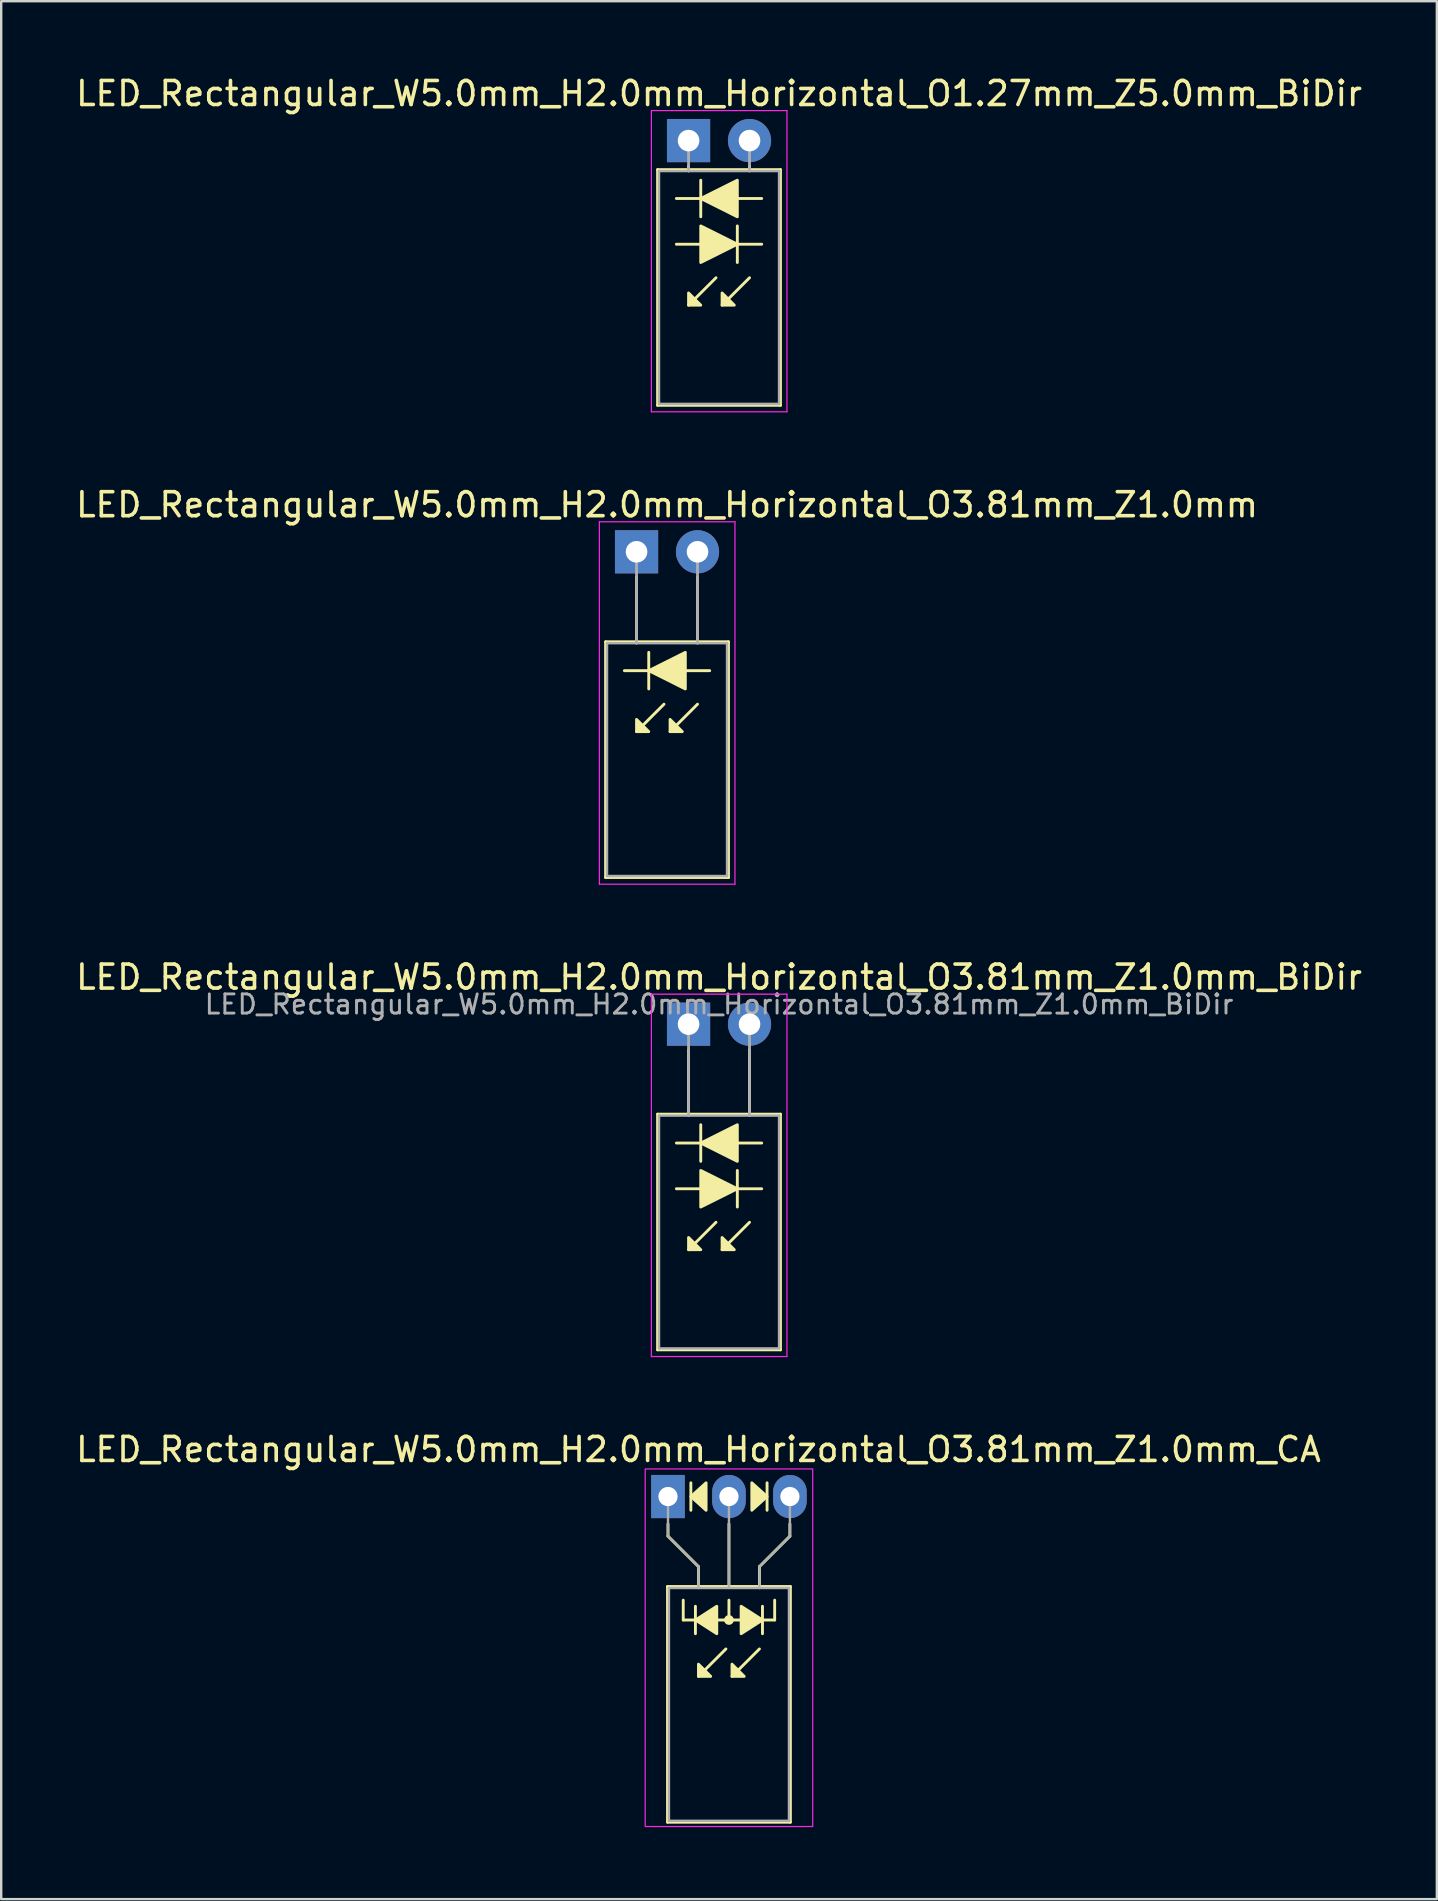
<source format=kicad_pcb>
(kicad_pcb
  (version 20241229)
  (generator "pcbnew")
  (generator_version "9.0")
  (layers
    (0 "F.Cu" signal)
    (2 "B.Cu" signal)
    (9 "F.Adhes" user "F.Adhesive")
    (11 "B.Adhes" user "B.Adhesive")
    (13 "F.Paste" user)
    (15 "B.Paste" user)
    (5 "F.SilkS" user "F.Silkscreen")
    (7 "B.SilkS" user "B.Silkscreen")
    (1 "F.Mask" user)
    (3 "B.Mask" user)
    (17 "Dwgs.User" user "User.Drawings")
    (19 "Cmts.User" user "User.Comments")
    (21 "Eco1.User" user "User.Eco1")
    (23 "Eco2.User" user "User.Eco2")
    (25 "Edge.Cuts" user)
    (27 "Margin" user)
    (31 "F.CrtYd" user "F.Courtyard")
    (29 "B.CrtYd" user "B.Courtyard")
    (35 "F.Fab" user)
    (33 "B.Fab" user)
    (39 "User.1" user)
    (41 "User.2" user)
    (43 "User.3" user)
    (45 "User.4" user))
  (footprint "LED_Rectangular_W5.0mm_H2.0mm_Horizontal_O3.81mm_Z1.0mm_BiDir"
    (layer "F.Cu")
    (at 25.641 39.625)
    (property "Reference" "LED_Rectangular_W5.0mm_H2.0mm_Horizontal_O3.81mm_Z1.0mm_BiDir" (at 1.27 -1.96 0) (layer "F.SilkS") (effects (font (size 1 1) (thickness 0.15))))
    (fp_line (start -1.29 3.75) (end -1.29 13.57) (stroke (width 0.12) (type solid)) (layer "F.SilkS"))
    (fp_line (start -1.29 13.57) (end 3.83 13.57) (stroke (width 0.12) (type solid)) (layer "F.SilkS"))
    (fp_line (start -0.508 6.858) (end 0.508 6.858) (stroke (width 0.12) (type solid)) (layer "F.SilkS"))
    (fp_line (start 0 1.08) (end 0 1.08) (stroke (width 0.12) (type solid)) (layer "F.SilkS"))
    (fp_line (start 0 1.08) (end 0 3.75) (stroke (width 0.12) (type solid)) (layer "F.SilkS"))
    (fp_line (start 0 3.75) (end 0 1.08) (stroke (width 0.12) (type solid)) (layer "F.SilkS"))
    (fp_line (start 0 3.75) (end 0 3.75) (stroke (width 0.12) (type solid)) (layer "F.SilkS"))
    (fp_line (start 0.508 4.191) (end 0.508 5.715) (stroke (width 0.12) (type solid)) (layer "F.SilkS"))
    (fp_line (start 0.508 4.953) (end -0.508 4.953) (stroke (width 0.12) (type solid)) (layer "F.SilkS"))
    (fp_line (start 1.143 8.255) (end 0 9.398) (stroke (width 0.12) (type solid)) (layer "F.SilkS"))
    (fp_line (start 2.032 6.858) (end 3.048 6.858) (stroke (width 0.12) (type solid)) (layer "F.SilkS"))
    (fp_line (start 2.032 7.62) (end 2.032 6.096) (stroke (width 0.12) (type solid)) (layer "F.SilkS"))
    (fp_line (start 2.54 1.08) (end 2.54 1.08) (stroke (width 0.12) (type solid)) (layer "F.SilkS"))
    (fp_line (start 2.54 1.08) (end 2.54 3.75) (stroke (width 0.12) (type solid)) (layer "F.SilkS"))
    (fp_line (start 2.54 3.75) (end 2.54 1.08) (stroke (width 0.12) (type solid)) (layer "F.SilkS"))
    (fp_line (start 2.54 3.75) (end 2.54 3.75) (stroke (width 0.12) (type solid)) (layer "F.SilkS"))
    (fp_line (start 2.54 8.255) (end 1.397 9.398) (stroke (width 0.12) (type solid)) (layer "F.SilkS"))
    (fp_line (start 3.048 4.953) (end 2.032 4.953) (stroke (width 0.12) (type solid)) (layer "F.SilkS"))
    (fp_line (start 3.83 3.75) (end -1.29 3.75) (stroke (width 0.12) (type solid)) (layer "F.SilkS"))
    (fp_line (start 3.83 13.57) (end 3.83 3.75) (stroke (width 0.12) (type solid)) (layer "F.SilkS"))
    (fp_poly (pts (xy 0 8.89) (xy 0.508 9.398) (xy 0 9.398)) (stroke (width 0.12) (type solid)) (fill yes) (layer "F.SilkS"))
    (fp_poly (pts (xy 0.508 6.096) (xy 2.032 6.858) (xy 0.508 7.62)) (stroke (width 0.12) (type solid)) (fill yes) (layer "F.SilkS"))
    (fp_poly (pts (xy 1.397 8.89) (xy 1.905 9.398) (xy 1.397 9.398)) (stroke (width 0.12) (type solid)) (fill yes) (layer "F.SilkS"))
    (fp_poly (pts (xy 2.032 5.715) (xy 0.508 4.953) (xy 2.032 4.191)) (stroke (width 0.12) (type solid)) (fill yes) (layer "F.SilkS"))
    (fp_line (start -1.55 -1.25) (end -1.55 13.85) (stroke (width 0.05) (type solid)) (layer "F.CrtYd"))
    (fp_line (start -1.55 13.85) (end 4.1 13.85) (stroke (width 0.05) (type solid)) (layer "F.CrtYd"))
    (fp_line (start 4.1 -1.25) (end -1.55 -1.25) (stroke (width 0.05) (type solid)) (layer "F.CrtYd"))
    (fp_line (start 4.1 13.85) (end 4.1 -1.25) (stroke (width 0.05) (type solid)) (layer "F.CrtYd"))
    (fp_line (start -1.23 3.81) (end -1.23 13.51) (stroke (width 0.1) (type solid)) (layer "F.Fab"))
    (fp_line (start -1.23 13.51) (end 3.77 13.51) (stroke (width 0.1) (type solid)) (layer "F.Fab"))
    (fp_line (start 0 0) (end 0 0) (stroke (width 0.1) (type solid)) (layer "F.Fab"))
    (fp_line (start 0 0) (end 0 3.81) (stroke (width 0.1) (type solid)) (layer "F.Fab"))
    (fp_line (start 0 3.81) (end 0 0) (stroke (width 0.1) (type solid)) (layer "F.Fab"))
    (fp_line (start 0 3.81) (end 0 3.81) (stroke (width 0.1) (type solid)) (layer "F.Fab"))
    (fp_line (start 2.54 0) (end 2.54 0) (stroke (width 0.1) (type solid)) (layer "F.Fab"))
    (fp_line (start 2.54 0) (end 2.54 3.81) (stroke (width 0.1) (type solid)) (layer "F.Fab"))
    (fp_line (start 2.54 3.81) (end 2.54 0) (stroke (width 0.1) (type solid)) (layer "F.Fab"))
    (fp_line (start 2.54 3.81) (end 2.54 3.81) (stroke (width 0.1) (type solid)) (layer "F.Fab"))
    (fp_line (start 3.77 3.81) (end -1.23 3.81) (stroke (width 0.1) (type solid)) (layer "F.Fab"))
    (fp_line (start 3.77 13.51) (end 3.77 3.81) (stroke (width 0.1) (type solid)) (layer "F.Fab"))
    (fp_text user "${REFERENCE}" (at 1.27 -0.826 0) (layer "F.Fab") (effects (font (size 0.8 0.8) (thickness 0.12))))
    (pad "1" thru_hole rect (at 0 0) (size 1.8 1.8) (drill 0.9) (layers "*.Cu" "*.Mask"))
    (pad "2" thru_hole circle (at 2.54 0) (size 1.8 1.8) (drill 0.9) (layers "*.Cu" "*.Mask")))
  (footprint "LED_Rectangular_W5.0mm_H2.0mm_Horizontal_O3.81mm_Z1.0mm_CA"
    (layer "F.Cu")
    (at 24.784 59.308)
    (property "Reference" "LED_Rectangular_W5.0mm_H2.0mm_Horizontal_O3.81mm_Z1.0mm_CA" (at 1.27 -1.96 0) (layer "F.SilkS") (effects (font (size 1 1) (thickness 0.15))))
    (fp_line (start -0.02 3.75) (end -0.02 13.57) (stroke (width 0.12) (type solid)) (layer "F.SilkS"))
    (fp_line (start -0.02 13.57) (end 5.1 13.57) (stroke (width 0.12) (type solid)) (layer "F.SilkS"))
    (fp_line (start 0 1.143) (end 0 1.651) (stroke (width 0.12) (type default)) (layer "F.SilkS"))
    (fp_line (start 0 1.651) (end 1.27 2.921) (stroke (width 0.12) (type default)) (layer "F.SilkS"))
    (fp_line (start 0.635 5.144) (end 0.635 4.318) (stroke (width 0.12) (type default)) (layer "F.SilkS"))
    (fp_line (start 0.635 5.144) (end 4.445 5.144) (stroke (width 0.12) (type default)) (layer "F.SilkS"))
    (fp_line (start 0.953 -0.572) (end 0.953 0.572) (stroke (width 0.12) (type solid)) (layer "F.SilkS"))
    (fp_line (start 1.143 4.572) (end 1.143 5.715) (stroke (width 0.12) (type solid)) (layer "F.SilkS"))
    (fp_line (start 1.27 2.921) (end 1.27 3.75) (stroke (width 0.12) (type default)) (layer "F.SilkS"))
    (fp_line (start 1.27 3.75) (end 1.27 3.75) (stroke (width 0.12) (type solid)) (layer "F.SilkS"))
    (fp_line (start 2.413 6.35) (end 1.27 7.493) (stroke (width 0.12) (type solid)) (layer "F.SilkS"))
    (fp_line (start 2.54 3.75) (end 2.54 1.143) (stroke (width 0.12) (type default)) (layer "F.SilkS"))
    (fp_line (start 2.54 5.144) (end 2.54 4.318) (stroke (width 0.12) (type default)) (layer "F.SilkS"))
    (fp_line (start 3.81 2.921) (end 3.81 3.75) (stroke (width 0.12) (type default)) (layer "F.SilkS"))
    (fp_line (start 3.81 3.75) (end 3.81 3.75) (stroke (width 0.12) (type solid)) (layer "F.SilkS"))
    (fp_line (start 3.81 6.35) (end 2.667 7.493) (stroke (width 0.12) (type solid)) (layer "F.SilkS"))
    (fp_line (start 3.937 5.715) (end 3.937 4.572) (stroke (width 0.12) (type solid)) (layer "F.SilkS"))
    (fp_line (start 4.128 0.572) (end 4.128 -0.572) (stroke (width 0.12) (type solid)) (layer "F.SilkS"))
    (fp_line (start 4.445 5.144) (end 4.445 4.318) (stroke (width 0.12) (type default)) (layer "F.SilkS"))
    (fp_line (start 5.08 1.143) (end 5.08 1.651) (stroke (width 0.12) (type default)) (layer "F.SilkS"))
    (fp_line (start 5.08 1.651) (end 3.81 2.921) (stroke (width 0.12) (type default)) (layer "F.SilkS"))
    (fp_line (start 5.1 3.75) (end -0.02 3.75) (stroke (width 0.12) (type solid)) (layer "F.SilkS"))
    (fp_line (start 5.1 13.57) (end 5.1 3.75) (stroke (width 0.12) (type solid)) (layer "F.SilkS"))
    (fp_circle (center 2.54 5.144) (end 2.682 5.144) (stroke (width 0.12) (type solid)) (fill yes) (layer "F.SilkS"))
    (fp_poly (pts (xy 1.27 6.985) (xy 1.778 7.493) (xy 1.27 7.493)) (stroke (width 0.12) (type solid)) (fill yes) (layer "F.SilkS"))
    (fp_poly (pts (xy 1.587 0.572) (xy 0.953 0) (xy 1.587 -0.572)) (stroke (width 0.12) (type solid)) (fill yes) (layer "F.SilkS"))
    (fp_poly (pts (xy 2.032 5.715) (xy 1.143 5.144) (xy 2.032 4.572)) (stroke (width 0.12) (type solid)) (fill yes) (layer "F.SilkS"))
    (fp_poly (pts (xy 2.667 6.985) (xy 3.175 7.493) (xy 2.667 7.493)) (stroke (width 0.12) (type solid)) (fill yes) (layer "F.SilkS"))
    (fp_poly (pts (xy 3.048 4.572) (xy 3.937 5.144) (xy 3.048 5.715)) (stroke (width 0.12) (type solid)) (fill yes) (layer "F.SilkS"))
    (fp_poly (pts (xy 3.493 -0.572) (xy 4.128 0) (xy 3.493 0.572)) (stroke (width 0.12) (type solid)) (fill yes) (layer "F.SilkS"))
    (fp_rect (start -0.95 -1.15) (end 6.03 13.75) (stroke (width 0.05) (type default)) (fill no) (layer "F.CrtYd"))
    (fp_line (start 0 0) (end 0 0) (stroke (width 0.1) (type solid)) (layer "F.Fab"))
    (fp_line (start 0 1.651) (end 0 0) (stroke (width 0.1) (type default)) (layer "F.Fab"))
    (fp_line (start 0.04 3.81) (end 0.04 13.51) (stroke (width 0.1) (type solid)) (layer "F.Fab"))
    (fp_line (start 0.04 13.51) (end 5.04 13.51) (stroke (width 0.1) (type solid)) (layer "F.Fab"))
    (fp_line (start 1.27 2.921) (end 0 1.651) (stroke (width 0.1) (type default)) (layer "F.Fab"))
    (fp_line (start 1.27 2.921) (end 1.27 3.81) (stroke (width 0.1) (type default)) (layer "F.Fab"))
    (fp_line (start 1.27 3.81) (end 1.27 3.81) (stroke (width 0.1) (type solid)) (layer "F.Fab"))
    (fp_line (start 2.54 0) (end 2.54 0) (stroke (width 0.1) (type solid)) (layer "F.Fab"))
    (fp_line (start 2.54 0) (end 2.54 3.81) (stroke (width 0.1) (type default)) (layer "F.Fab"))
    (fp_line (start 3.81 2.921) (end 3.81 3.81) (stroke (width 0.1) (type default)) (layer "F.Fab"))
    (fp_line (start 3.81 2.921) (end 5.08 1.651) (stroke (width 0.1) (type default)) (layer "F.Fab"))
    (fp_line (start 3.81 3.81) (end 3.81 3.81) (stroke (width 0.1) (type solid)) (layer "F.Fab"))
    (fp_line (start 5.04 3.81) (end 0.04 3.81) (stroke (width 0.1) (type solid)) (layer "F.Fab"))
    (fp_line (start 5.04 13.51) (end 5.04 3.81) (stroke (width 0.1) (type solid)) (layer "F.Fab"))
    (fp_line (start 5.08 1.651) (end 5.08 0) (stroke (width 0.1) (type default)) (layer "F.Fab"))
    (pad "1" thru_hole rect (at 0 0) (size 1.4 1.8) (drill 0.8) (layers "*.Cu" "*.Mask"))
    (pad "2" thru_hole oval (at 2.54 0) (size 1.4 1.8) (drill 0.8) (layers "*.Cu" "*.Mask"))
    (pad "3" thru_hole oval (at 5.08 0) (size 1.4 1.8) (drill 0.8) (layers "*.Cu" "*.Mask")))
  (footprint "LED_Rectangular_W5.0mm_H2.0mm_Horizontal_O3.81mm_Z1.0mm"
    (layer "F.Cu")
    (at 23.474 19.942)
    (property "Reference" "LED_Rectangular_W5.0mm_H2.0mm_Horizontal_O3.81mm_Z1.0mm" (at 1.27 -1.96 0) (layer "F.SilkS") (effects (font (size 1 1) (thickness 0.15))))
    (fp_line (start -1.29 3.75) (end -1.29 13.57) (stroke (width 0.12) (type solid)) (layer "F.SilkS"))
    (fp_line (start -1.29 13.57) (end 3.83 13.57) (stroke (width 0.12) (type solid)) (layer "F.SilkS"))
    (fp_line (start 0 1.08) (end 0 1.08) (stroke (width 0.12) (type solid)) (layer "F.SilkS"))
    (fp_line (start 0 1.08) (end 0 3.75) (stroke (width 0.12) (type solid)) (layer "F.SilkS"))
    (fp_line (start 0 3.75) (end 0 1.08) (stroke (width 0.12) (type solid)) (layer "F.SilkS"))
    (fp_line (start 0 3.75) (end 0 3.75) (stroke (width 0.12) (type solid)) (layer "F.SilkS"))
    (fp_line (start 0.508 4.191) (end 0.508 5.715) (stroke (width 0.12) (type solid)) (layer "F.SilkS"))
    (fp_line (start 0.508 4.953) (end -0.508 4.953) (stroke (width 0.12) (type solid)) (layer "F.SilkS"))
    (fp_line (start 1.143 6.35) (end 0 7.493) (stroke (width 0.12) (type solid)) (layer "F.SilkS"))
    (fp_line (start 2.54 1.08) (end 2.54 1.08) (stroke (width 0.12) (type solid)) (layer "F.SilkS"))
    (fp_line (start 2.54 1.08) (end 2.54 3.75) (stroke (width 0.12) (type solid)) (layer "F.SilkS"))
    (fp_line (start 2.54 3.75) (end 2.54 1.08) (stroke (width 0.12) (type solid)) (layer "F.SilkS"))
    (fp_line (start 2.54 3.75) (end 2.54 3.75) (stroke (width 0.12) (type solid)) (layer "F.SilkS"))
    (fp_line (start 2.54 6.35) (end 1.397 7.493) (stroke (width 0.12) (type solid)) (layer "F.SilkS"))
    (fp_line (start 3.048 4.953) (end 2.032 4.953) (stroke (width 0.12) (type solid)) (layer "F.SilkS"))
    (fp_line (start 3.83 3.75) (end -1.29 3.75) (stroke (width 0.12) (type solid)) (layer "F.SilkS"))
    (fp_line (start 3.83 13.57) (end 3.83 3.75) (stroke (width 0.12) (type solid)) (layer "F.SilkS"))
    (fp_poly (pts (xy 0 6.985) (xy 0.508 7.493) (xy 0 7.493)) (stroke (width 0.12) (type solid)) (fill yes) (layer "F.SilkS"))
    (fp_poly (pts (xy 1.397 6.985) (xy 1.905 7.493) (xy 1.397 7.493)) (stroke (width 0.12) (type solid)) (fill yes) (layer "F.SilkS"))
    (fp_poly (pts (xy 2.032 5.715) (xy 0.508 4.953) (xy 2.032 4.191)) (stroke (width 0.12) (type solid)) (fill yes) (layer "F.SilkS"))
    (fp_line (start -1.55 -1.25) (end -1.55 13.85) (stroke (width 0.05) (type solid)) (layer "F.CrtYd"))
    (fp_line (start -1.55 13.85) (end 4.1 13.85) (stroke (width 0.05) (type solid)) (layer "F.CrtYd"))
    (fp_line (start 4.1 -1.25) (end -1.55 -1.25) (stroke (width 0.05) (type solid)) (layer "F.CrtYd"))
    (fp_line (start 4.1 13.85) (end 4.1 -1.25) (stroke (width 0.05) (type solid)) (layer "F.CrtYd"))
    (fp_line (start -1.23 3.81) (end -1.23 13.51) (stroke (width 0.1) (type solid)) (layer "F.Fab"))
    (fp_line (start -1.23 13.51) (end 3.77 13.51) (stroke (width 0.1) (type solid)) (layer "F.Fab"))
    (fp_line (start 0 0) (end 0 0) (stroke (width 0.1) (type solid)) (layer "F.Fab"))
    (fp_line (start 0 0) (end 0 3.81) (stroke (width 0.1) (type solid)) (layer "F.Fab"))
    (fp_line (start 0 3.81) (end 0 0) (stroke (width 0.1) (type solid)) (layer "F.Fab"))
    (fp_line (start 0 3.81) (end 0 3.81) (stroke (width 0.1) (type solid)) (layer "F.Fab"))
    (fp_line (start 2.54 0) (end 2.54 0) (stroke (width 0.1) (type solid)) (layer "F.Fab"))
    (fp_line (start 2.54 0) (end 2.54 3.81) (stroke (width 0.1) (type solid)) (layer "F.Fab"))
    (fp_line (start 2.54 3.81) (end 2.54 0) (stroke (width 0.1) (type solid)) (layer "F.Fab"))
    (fp_line (start 2.54 3.81) (end 2.54 3.81) (stroke (width 0.1) (type solid)) (layer "F.Fab"))
    (fp_line (start 3.77 3.81) (end -1.23 3.81) (stroke (width 0.1) (type solid)) (layer "F.Fab"))
    (fp_line (start 3.77 13.51) (end 3.77 3.81) (stroke (width 0.1) (type solid)) (layer "F.Fab"))
    (pad "1" thru_hole rect (at 0 0) (size 1.8 1.8) (drill 0.9) (layers "*.Cu" "*.Mask"))
    (pad "2" thru_hole circle (at 2.54 0) (size 1.8 1.8) (drill 0.9) (layers "*.Cu" "*.Mask")))
  (footprint "LED_Rectangular_W5.0mm_H2.0mm_Horizontal_O1.27mm_Z5.0mm_BiDir"
    (layer "F.Cu")
    (at 25.641 2.808)
    (property "Reference" "LED_Rectangular_W5.0mm_H2.0mm_Horizontal_O1.27mm_Z5.0mm_BiDir" (at 1.27 -1.96 0) (layer "F.SilkS") (effects (font (size 1 1) (thickness 0.15))))
    (fp_line (start -1.29 1.21) (end -1.29 11.03) (stroke (width 0.12) (type solid)) (layer "F.SilkS"))
    (fp_line (start -1.29 11.03) (end 3.83 11.03) (stroke (width 0.12) (type solid)) (layer "F.SilkS"))
    (fp_line (start -0.508 4.318) (end 0.508 4.318) (stroke (width 0.12) (type solid)) (layer "F.SilkS"))
    (fp_line (start 0 1.08) (end 0 1.08) (stroke (width 0.12) (type solid)) (layer "F.SilkS"))
    (fp_line (start 0 1.08) (end 0 1.21) (stroke (width 0.12) (type solid)) (layer "F.SilkS"))
    (fp_line (start 0 1.21) (end 0 1.08) (stroke (width 0.12) (type solid)) (layer "F.SilkS"))
    (fp_line (start 0 1.21) (end 0 1.21) (stroke (width 0.12) (type solid)) (layer "F.SilkS"))
    (fp_line (start 0.508 1.651) (end 0.508 3.175) (stroke (width 0.12) (type solid)) (layer "F.SilkS"))
    (fp_line (start 0.508 2.413) (end -0.508 2.413) (stroke (width 0.12) (type solid)) (layer "F.SilkS"))
    (fp_line (start 1.143 5.715) (end 0 6.858) (stroke (width 0.12) (type solid)) (layer "F.SilkS"))
    (fp_line (start 2.032 4.318) (end 3.048 4.318) (stroke (width 0.12) (type solid)) (layer "F.SilkS"))
    (fp_line (start 2.032 5.08) (end 2.032 3.556) (stroke (width 0.12) (type solid)) (layer "F.SilkS"))
    (fp_line (start 2.54 1.08) (end 2.54 1.08) (stroke (width 0.12) (type solid)) (layer "F.SilkS"))
    (fp_line (start 2.54 1.08) (end 2.54 1.21) (stroke (width 0.12) (type solid)) (layer "F.SilkS"))
    (fp_line (start 2.54 1.21) (end 2.54 1.08) (stroke (width 0.12) (type solid)) (layer "F.SilkS"))
    (fp_line (start 2.54 1.21) (end 2.54 1.21) (stroke (width 0.12) (type solid)) (layer "F.SilkS"))
    (fp_line (start 2.54 5.715) (end 1.397 6.858) (stroke (width 0.12) (type solid)) (layer "F.SilkS"))
    (fp_line (start 3.048 2.413) (end 2.032 2.413) (stroke (width 0.12) (type solid)) (layer "F.SilkS"))
    (fp_line (start 3.83 1.21) (end -1.29 1.21) (stroke (width 0.12) (type solid)) (layer "F.SilkS"))
    (fp_line (start 3.83 11.03) (end 3.83 1.21) (stroke (width 0.12) (type solid)) (layer "F.SilkS"))
    (fp_poly (pts (xy 0 6.35) (xy 0.508 6.858) (xy 0 6.858)) (stroke (width 0.12) (type solid)) (fill yes) (layer "F.SilkS"))
    (fp_poly (pts (xy 0.508 3.556) (xy 2.032 4.318) (xy 0.508 5.08)) (stroke (width 0.12) (type solid)) (fill yes) (layer "F.SilkS"))
    (fp_poly (pts (xy 1.397 6.35) (xy 1.905 6.858) (xy 1.397 6.858)) (stroke (width 0.12) (type solid)) (fill yes) (layer "F.SilkS"))
    (fp_poly (pts (xy 2.032 3.175) (xy 0.508 2.413) (xy 2.032 1.651)) (stroke (width 0.12) (type solid)) (fill yes) (layer "F.SilkS"))
    (fp_line (start -1.55 -1.25) (end -1.55 11.3) (stroke (width 0.05) (type solid)) (layer "F.CrtYd"))
    (fp_line (start -1.55 11.3) (end 4.1 11.3) (stroke (width 0.05) (type solid)) (layer "F.CrtYd"))
    (fp_line (start 4.1 -1.25) (end -1.55 -1.25) (stroke (width 0.05) (type solid)) (layer "F.CrtYd"))
    (fp_line (start 4.1 11.3) (end 4.1 -1.25) (stroke (width 0.05) (type solid)) (layer "F.CrtYd"))
    (fp_line (start -1.23 1.27) (end -1.23 10.97) (stroke (width 0.1) (type solid)) (layer "F.Fab"))
    (fp_line (start -1.23 10.97) (end 3.77 10.97) (stroke (width 0.1) (type solid)) (layer "F.Fab"))
    (fp_line (start 0 0) (end 0 0) (stroke (width 0.1) (type solid)) (layer "F.Fab"))
    (fp_line (start 0 0) (end 0 1.27) (stroke (width 0.1) (type solid)) (layer "F.Fab"))
    (fp_line (start 0 1.27) (end 0 0) (stroke (width 0.1) (type solid)) (layer "F.Fab"))
    (fp_line (start 0 1.27) (end 0 1.27) (stroke (width 0.1) (type solid)) (layer "F.Fab"))
    (fp_line (start 2.54 0) (end 2.54 0) (stroke (width 0.1) (type solid)) (layer "F.Fab"))
    (fp_line (start 2.54 0) (end 2.54 1.27) (stroke (width 0.1) (type solid)) (layer "F.Fab"))
    (fp_line (start 2.54 1.27) (end 2.54 0) (stroke (width 0.1) (type solid)) (layer "F.Fab"))
    (fp_line (start 2.54 1.27) (end 2.54 1.27) (stroke (width 0.1) (type solid)) (layer "F.Fab"))
    (fp_line (start 3.77 1.27) (end -1.23 1.27) (stroke (width 0.1) (type solid)) (layer "F.Fab"))
    (fp_line (start 3.77 10.97) (end 3.77 1.27) (stroke (width 0.1) (type solid)) (layer "F.Fab"))
    (pad "1" thru_hole rect (at 0 0) (size 1.8 1.8) (drill 0.9) (layers "*.Cu" "*.Mask"))
    (pad "2" thru_hole circle (at 2.54 0) (size 1.8 1.8) (drill 0.9) (layers "*.Cu" "*.Mask")))
  (gr_rect
    (start -3 -3)
    (end 56.821 76.083)
    (stroke (width 0.1) (type default))
    (fill no)
    (layer "Edge.Cuts")))
</source>
